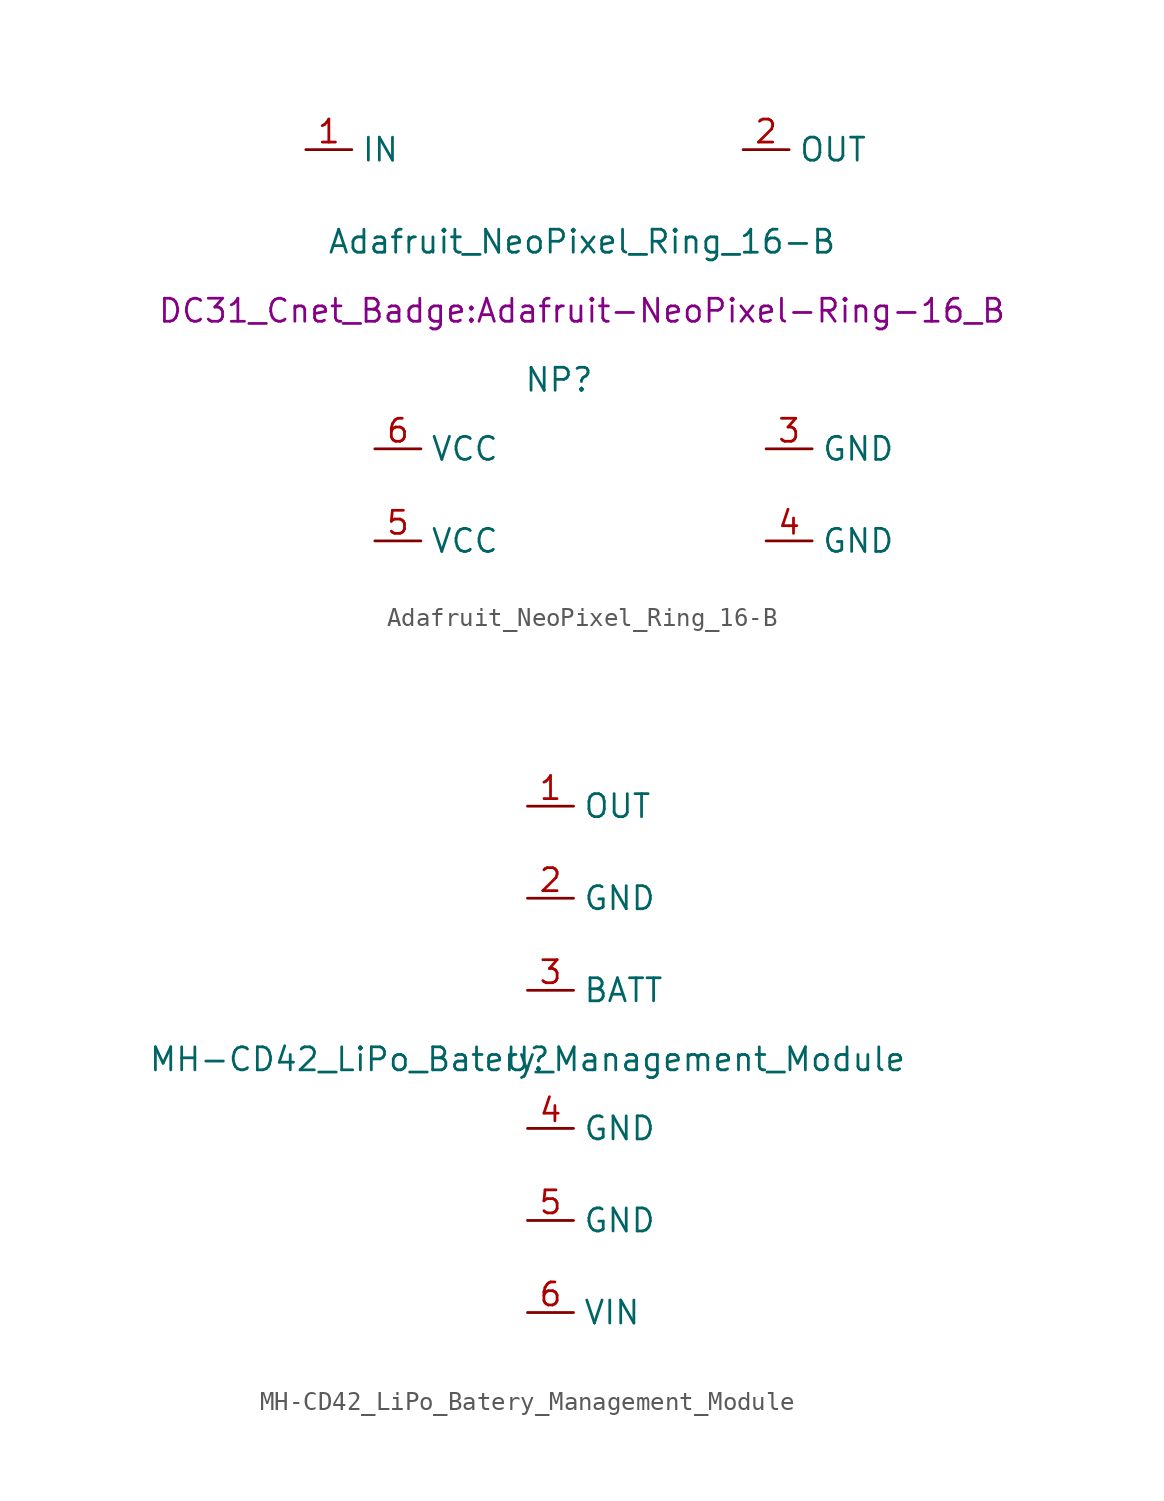
<source format=kicad_sym>
(kicad_symbol_lib
  (version 20211014)
  (generator kicad_symbol_editor)
  (symbol "Adafruit_NeoPixel_Ring_16-B"
    (property "Reference" "NP"
      (at 0 0 0)
      (effects (font (size 1.27 1.27))))
    (property "Value" "Adafruit_NeoPixel_Ring_16-B"
      (at 1.27 7.62 0)
      (effects (font (size 1.27 1.27))))
    (property "Footprint" "DC31_Cnet_Badge:Adafruit-NeoPixel-Ring-16_B"
      (at 1.27 3.81 0)
      (effects (font (size 1.27 1.27))))
    (symbol "Adafruit_NeoPixel_Ring_16-B_1_1"
      (pin input line (at -13.97 12.7 0) (length 2.54) (name "IN" (effects (font (size 1.27 1.27)))) (number "1" (effects (font (size 1.27 1.27)))))
      (pin output line (at 10.16 12.7 0) (length 2.54) (name "OUT" (effects (font (size 1.27 1.27)))) (number "2" (effects (font (size 1.27 1.27)))))
      (pin power_in line (at 11.43 -3.81 0) (length 2.54) (name "GND" (effects (font (size 1.27 1.27)))) (number "3" (effects (font (size 1.27 1.27)))))
      (pin power_in line (at 11.43 -8.89 0) (length 2.54) (name "GND" (effects (font (size 1.27 1.27)))) (number "4" (effects (font (size 1.27 1.27)))))
      (pin power_in line (at -10.16 -8.89 0) (length 2.54) (name "VCC" (effects (font (size 1.27 1.27)))) (number "5" (effects (font (size 1.27 1.27)))))
      (pin power_in line (at -10.16 -3.81 0) (length 2.54) (name "VCC" (effects (font (size 1.27 1.27)))) (number "6" (effects (font (size 1.27 1.27)))))))
  (symbol "MH-CD42_LiPo_Batery_Management_Module"
    (property "Reference" "U"
      (at 0 0 0)
      (effects (font (size 1.27 1.27))))
    (property "Value" "MH-CD42_LiPo_Batery_Management_Module"
      (at 0 0 0)
      (effects (font (size 1.27 1.27))))
    (symbol "MH-CD42_LiPo_Batery_Management_Module_1_1"
      (pin power_out line (at 0 13.97 0) (length 2.54) (name "OUT" (effects (font (size 1.27 1.27)))) (number "1" (effects (font (size 1.27 1.27)))))
      (pin power_in line (at 0 8.89 0) (length 2.54) (name "GND" (effects (font (size 1.27 1.27)))) (number "2" (effects (font (size 1.27 1.27)))))
      (pin power_in line (at 0 3.81 0) (length 2.54) (name "BATT" (effects (font (size 1.27 1.27)))) (number "3" (effects (font (size 1.27 1.27)))))
      (pin power_in line (at 0 -3.81 0) (length 2.54) (name "GND" (effects (font (size 1.27 1.27)))) (number "4" (effects (font (size 1.27 1.27)))))
      (pin power_in line (at 0 -8.89 0) (length 2.54) (name "GND" (effects (font (size 1.27 1.27)))) (number "5" (effects (font (size 1.27 1.27)))))
      (pin power_in line (at 0 -13.97 0) (length 2.54) (name "VIN" (effects (font (size 1.27 1.27)))) (number "6" (effects (font (size 1.27 1.27))))))))
</source>
